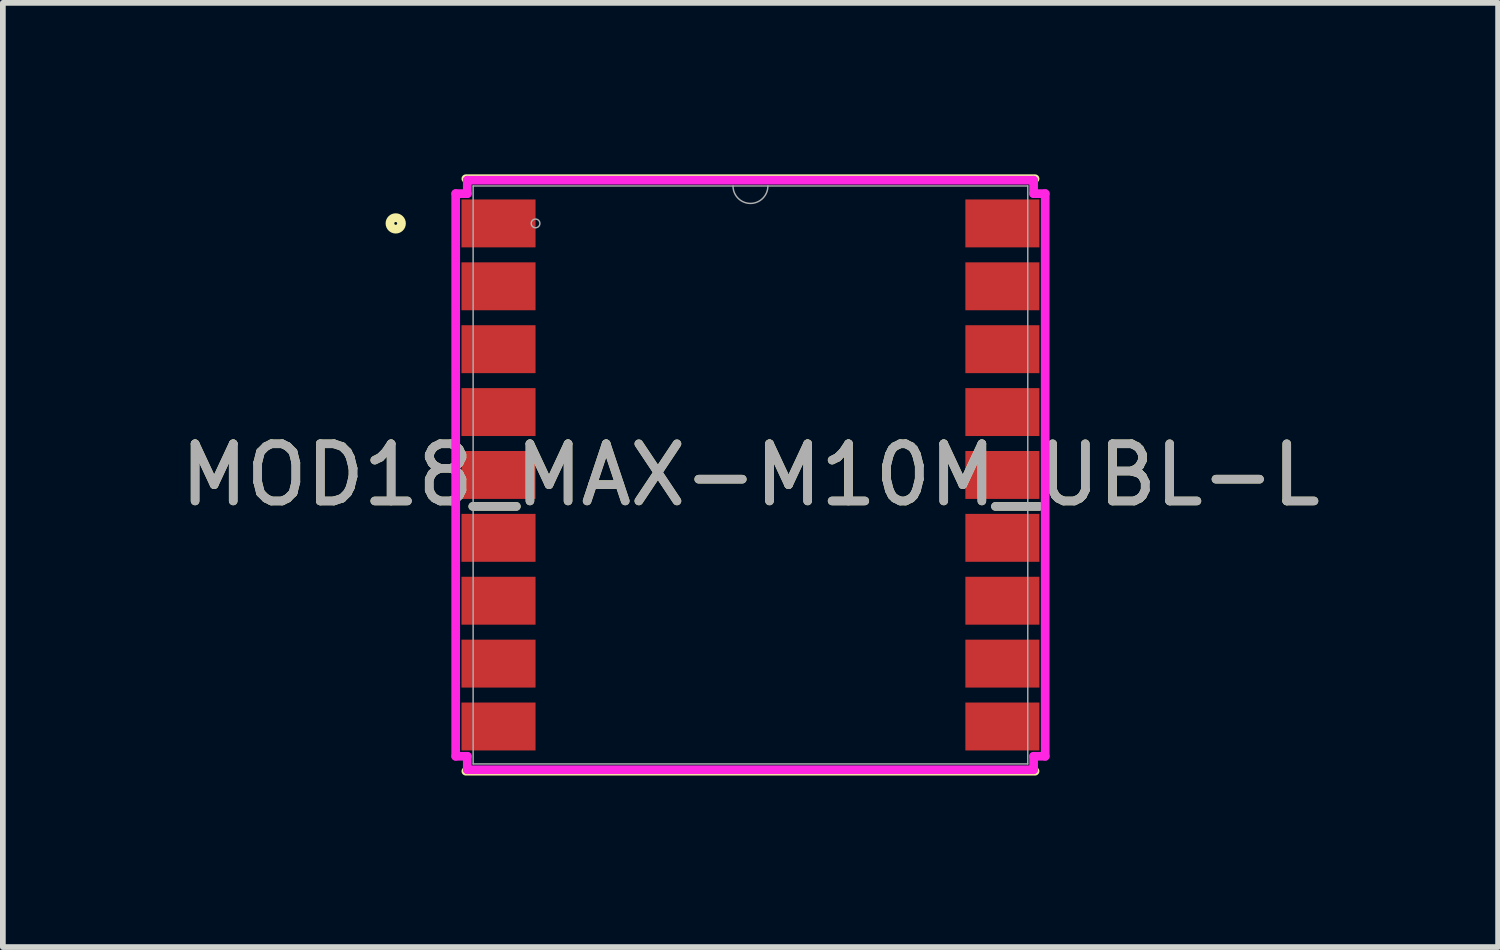
<source format=kicad_pcb>
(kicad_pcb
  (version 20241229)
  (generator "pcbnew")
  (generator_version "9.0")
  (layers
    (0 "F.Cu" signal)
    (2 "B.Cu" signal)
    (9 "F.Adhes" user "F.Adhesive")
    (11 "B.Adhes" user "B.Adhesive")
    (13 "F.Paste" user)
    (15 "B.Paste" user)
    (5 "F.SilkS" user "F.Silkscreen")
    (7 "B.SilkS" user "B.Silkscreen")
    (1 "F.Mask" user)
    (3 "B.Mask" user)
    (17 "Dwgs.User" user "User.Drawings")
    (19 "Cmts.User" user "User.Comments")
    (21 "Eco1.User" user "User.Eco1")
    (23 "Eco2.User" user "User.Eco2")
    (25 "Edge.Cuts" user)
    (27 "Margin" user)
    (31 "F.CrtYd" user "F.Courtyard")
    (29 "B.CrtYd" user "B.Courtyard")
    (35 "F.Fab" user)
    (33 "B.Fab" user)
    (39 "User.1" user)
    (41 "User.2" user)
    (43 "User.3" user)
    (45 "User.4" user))
  (footprint "MOD18_MAX-M10M_UBL-L"
    (layer "F.Cu")
    (at 10.077 5.258)
    (property "Reference" "MOD18_MAX-M10M_UBL-L" (at 0 0 0) (unlocked yes) (layer "F.SilkS") (effects (font (size 1 1) (thickness 0.15))))
    (attr smd)
    (fp_line (start -4.978 5.182) (end 4.978 5.182) (stroke (width 0.152) (type solid)) (layer "F.SilkS"))
    (fp_line (start 4.978 -5.182) (end -4.978 -5.182) (stroke (width 0.152) (type solid)) (layer "F.SilkS"))
    (fp_circle (center -6.205 -4.4) (end -6.104 -4.4) (stroke (width 0.152) (type solid)) (fill no) (layer "F.SilkS"))
    (fp_line (start -5.156 -4.921) (end -4.953 -4.921) (stroke (width 0.152) (type solid)) (layer "F.CrtYd"))
    (fp_line (start -5.156 4.921) (end -5.156 -4.921) (stroke (width 0.152) (type solid)) (layer "F.CrtYd"))
    (fp_line (start -5.156 4.921) (end -4.953 4.921) (stroke (width 0.152) (type solid)) (layer "F.CrtYd"))
    (fp_line (start -4.953 -5.156) (end 4.953 -5.156) (stroke (width 0.152) (type solid)) (layer "F.CrtYd"))
    (fp_line (start -4.953 -4.921) (end -4.953 -5.156) (stroke (width 0.152) (type solid)) (layer "F.CrtYd"))
    (fp_line (start -4.953 5.156) (end -4.953 4.921) (stroke (width 0.152) (type solid)) (layer "F.CrtYd"))
    (fp_line (start 4.953 -5.156) (end 4.953 -4.921) (stroke (width 0.152) (type solid)) (layer "F.CrtYd"))
    (fp_line (start 4.953 4.921) (end 4.953 5.156) (stroke (width 0.152) (type solid)) (layer "F.CrtYd"))
    (fp_line (start 4.953 5.156) (end -4.953 5.156) (stroke (width 0.152) (type solid)) (layer "F.CrtYd"))
    (fp_line (start 5.156 -4.921) (end 4.953 -4.921) (stroke (width 0.152) (type solid)) (layer "F.CrtYd"))
    (fp_line (start 5.156 -4.921) (end 5.156 4.921) (stroke (width 0.152) (type solid)) (layer "F.CrtYd"))
    (fp_line (start 5.156 4.921) (end 4.953 4.921) (stroke (width 0.152) (type solid)) (layer "F.CrtYd"))
    (fp_line (start -4.851 -5.055) (end -4.851 5.055) (stroke (width 0.025) (type solid)) (layer "F.Fab"))
    (fp_line (start -4.851 5.055) (end 4.851 5.055) (stroke (width 0.025) (type solid)) (layer "F.Fab"))
    (fp_line (start 4.851 -5.055) (end -4.851 -5.055) (stroke (width 0.025) (type solid)) (layer "F.Fab"))
    (fp_line (start 4.851 5.055) (end 4.851 -5.055) (stroke (width 0.025) (type solid)) (layer "F.Fab"))
    (fp_arc (start 0.3048 -5.0546) (mid 0 -4.7498) (end -0.3048 -5.0546) (stroke (width 0.0254) (type solid)) (layer "F.Fab"))
    (fp_circle (center -3.759 -4.4) (end -3.683 -4.4) (stroke (width 0.025) (type solid)) (fill no) (layer "F.Fab"))
    (fp_text user "${REFERENCE}" (at 0 0 0) (unlocked yes) (layer "F.Fab") (effects (font (size 1 1) (thickness 0.15))))
    (pad "1" smd rect (at -4.407 -4.4) (size 1.295 0.838) (layers "F.Cu" "F.Mask" "F.Paste"))
    (pad "2" smd rect (at -4.407 -3.3) (size 1.295 0.838) (layers "F.Cu" "F.Mask" "F.Paste"))
    (pad "3" smd rect (at -4.407 -2.2) (size 1.295 0.838) (layers "F.Cu" "F.Mask" "F.Paste"))
    (pad "4" smd rect (at -4.407 -1.1) (size 1.295 0.838) (layers "F.Cu" "F.Mask" "F.Paste"))
    (pad "5" smd rect (at -4.407 0) (size 1.295 0.838) (layers "F.Cu" "F.Mask" "F.Paste"))
    (pad "6" smd rect (at -4.407 1.1) (size 1.295 0.838) (layers "F.Cu" "F.Mask" "F.Paste"))
    (pad "7" smd rect (at -4.407 2.2) (size 1.295 0.838) (layers "F.Cu" "F.Mask" "F.Paste"))
    (pad "8" smd rect (at -4.407 3.3) (size 1.295 0.838) (layers "F.Cu" "F.Mask" "F.Paste"))
    (pad "9" smd rect (at -4.407 4.4) (size 1.295 0.838) (layers "F.Cu" "F.Mask" "F.Paste"))
    (pad "10" smd rect (at 4.407 4.4) (size 1.295 0.838) (layers "F.Cu" "F.Mask" "F.Paste"))
    (pad "11" smd rect (at 4.407 3.3) (size 1.295 0.838) (layers "F.Cu" "F.Mask" "F.Paste"))
    (pad "12" smd rect (at 4.407 2.2) (size 1.295 0.838) (layers "F.Cu" "F.Mask" "F.Paste"))
    (pad "13" smd rect (at 4.407 1.1) (size 1.295 0.838) (layers "F.Cu" "F.Mask" "F.Paste"))
    (pad "14" smd rect (at 4.407 0) (size 1.295 0.838) (layers "F.Cu" "F.Mask" "F.Paste"))
    (pad "15" smd rect (at 4.407 -1.1) (size 1.295 0.838) (layers "F.Cu" "F.Mask" "F.Paste"))
    (pad "16" smd rect (at 4.407 -2.2) (size 1.295 0.838) (layers "F.Cu" "F.Mask" "F.Paste"))
    (pad "17" smd rect (at 4.407 -3.3) (size 1.295 0.838) (layers "F.Cu" "F.Mask" "F.Paste"))
    (pad "18" smd rect (at 4.407 -4.4) (size 1.295 0.838) (layers "F.Cu" "F.Mask" "F.Paste")))
  (gr_rect
    (start -3 -3)
    (end 23.155 13.516)
    (stroke (width 0.1) (type default))
    (fill no)
    (layer "Edge.Cuts")))
</source>
